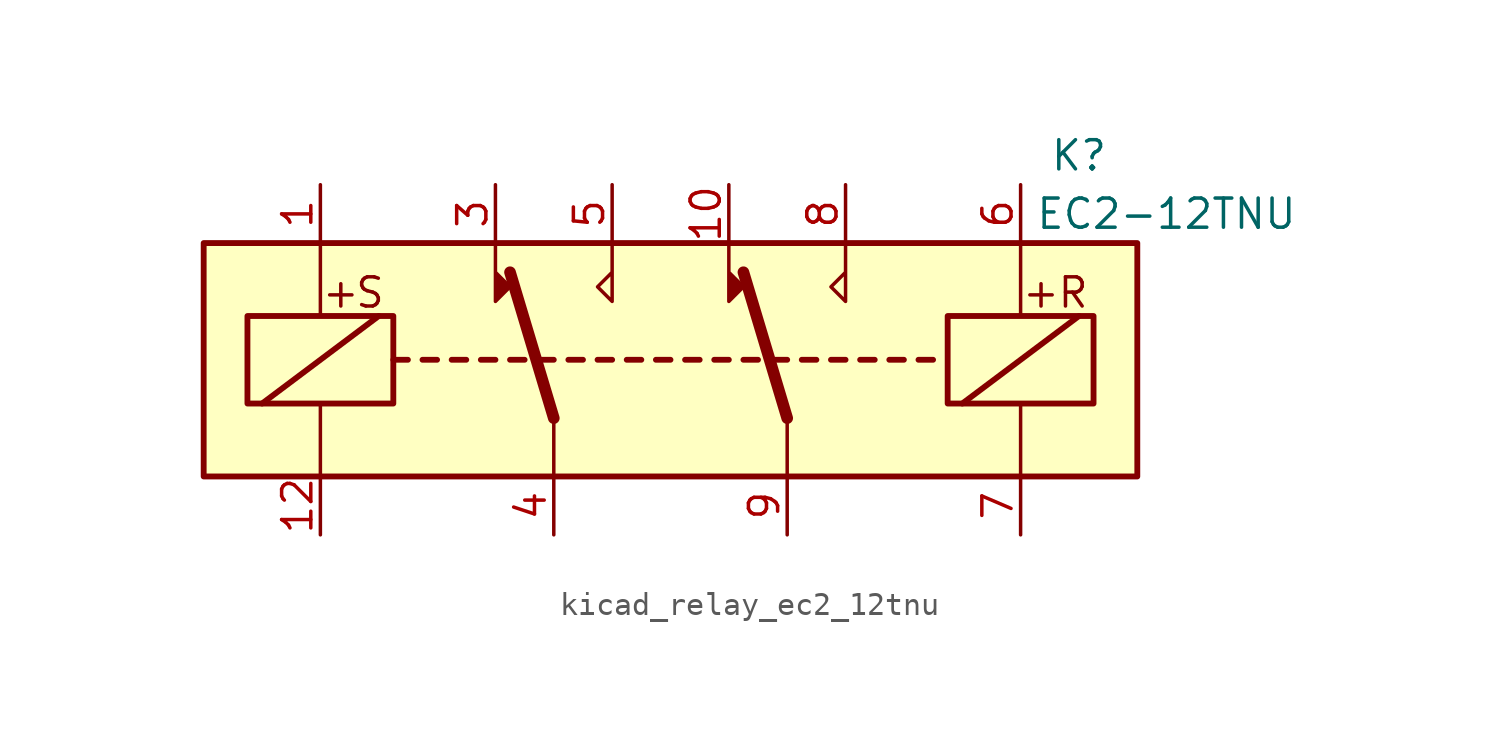
<source format=kicad_sym>
(kicad_symbol_lib
  (version 20220914)
  (generator kicad_symbol_editor)
  (symbol "kicad_relay_ec2_12tnu"
    (property "Reference" "K"
      (at 17.78 8.89 0)
      (effects (font (size 1.27 1.27))))
    (property "Value" "EC2-12TNU"
      (at 21.59 6.35 0)
      (effects (font (size 1.27 1.27))))
    (symbol "kicad_relay_ec2_12tnu_1_1"
      (rectangle (start -20.32 5.08) (end 20.32 -5.08) (stroke (width 0.254) (type default)) (fill (type background)))
      (rectangle (start -18.415 1.905) (end -12.065 -1.905) (stroke (width 0.254) (type default)) (fill (type none)))
      (polyline (pts (xy -17.78 -1.905) (xy -12.7 1.905)) (stroke (width 0.254) (type default)) (fill (type none)))
      (polyline (pts (xy -15.24 -5.08) (xy -15.24 -1.905)) (stroke (width 0) (type default)) (fill (type none)))
      (polyline (pts (xy -15.24 5.08) (xy -15.24 1.905)) (stroke (width 0) (type default)) (fill (type none)))
      (polyline (pts (xy -12.065 0) (xy -11.43 0)) (stroke (width 0.254) (type default)) (fill (type none)))
      (polyline (pts (xy -10.795 0) (xy -10.16 0)) (stroke (width 0.254) (type default)) (fill (type none)))
      (polyline (pts (xy -9.525 0) (xy -8.89 0)) (stroke (width 0.254) (type default)) (fill (type none)))
      (polyline (pts (xy -8.255 0) (xy -7.62 0)) (stroke (width 0.254) (type default)) (fill (type none)))
      (polyline (pts (xy -6.985 0) (xy -6.35 0)) (stroke (width 0.254) (type default)) (fill (type none)))
      (polyline (pts (xy -5.715 0) (xy -5.08 0)) (stroke (width 0.254) (type default)) (fill (type none)))
      (polyline (pts (xy -5.08 -2.54) (xy -6.985 3.81)) (stroke (width 0.508) (type default)) (fill (type none)))
      (polyline (pts (xy -5.08 -2.54) (xy -5.08 -5.08)) (stroke (width 0) (type default)) (fill (type none)))
      (polyline (pts (xy -4.445 0) (xy -3.81 0)) (stroke (width 0.254) (type default)) (fill (type none)))
      (polyline (pts (xy -3.175 0) (xy -2.54 0)) (stroke (width 0.254) (type default)) (fill (type none)))
      (polyline (pts (xy -1.905 0) (xy -1.27 0)) (stroke (width 0.254) (type default)) (fill (type none)))
      (polyline (pts (xy -0.635 0) (xy 0 0)) (stroke (width 0.254) (type default)) (fill (type none)))
      (polyline (pts (xy 0.635 0) (xy 1.27 0)) (stroke (width 0.254) (type default)) (fill (type none)))
      (polyline (pts (xy 1.905 0) (xy 2.54 0)) (stroke (width 0.254) (type default)) (fill (type none)))
      (polyline (pts (xy 3.175 0) (xy 3.81 0)) (stroke (width 0.254) (type default)) (fill (type none)))
      (polyline (pts (xy 4.445 0) (xy 5.08 0)) (stroke (width 0.254) (type default)) (fill (type none)))
      (polyline (pts (xy 5.08 -2.54) (xy 3.175 3.81)) (stroke (width 0.508) (type default)) (fill (type none)))
      (polyline (pts (xy 5.08 -2.54) (xy 5.08 -5.08)) (stroke (width 0) (type default)) (fill (type none)))
      (polyline (pts (xy 5.715 0) (xy 6.35 0)) (stroke (width 0.254) (type default)) (fill (type none)))
      (polyline (pts (xy 6.985 0) (xy 7.62 0)) (stroke (width 0.254) (type default)) (fill (type none)))
      (polyline (pts (xy 8.255 0) (xy 8.89 0)) (stroke (width 0.254) (type default)) (fill (type none)))
      (polyline (pts (xy 9.525 0) (xy 10.16 0)) (stroke (width 0.254) (type default)) (fill (type none)))
      (polyline (pts (xy 10.795 0) (xy 11.43 0)) (stroke (width 0.254) (type default)) (fill (type none)))
      (polyline (pts (xy 12.7 -1.905) (xy 17.78 1.905)) (stroke (width 0.254) (type default)) (fill (type none)))
      (polyline (pts (xy 15.24 -5.08) (xy 15.24 -1.905)) (stroke (width 0) (type default)) (fill (type none)))
      (polyline (pts (xy 15.24 5.08) (xy 15.24 1.905)) (stroke (width 0) (type default)) (fill (type none)))
      (polyline (pts (xy -7.62 5.08) (xy -7.62 2.54) (xy -6.985 3.175) (xy -7.62 3.81)) (stroke (width 0) (type default)) (fill (type outline)))
      (polyline (pts (xy -2.54 5.08) (xy -2.54 2.54) (xy -3.175 3.175) (xy -2.54 3.81)) (stroke (width 0) (type default)) (fill (type none)))
      (polyline (pts (xy 2.54 5.08) (xy 2.54 2.54) (xy 3.175 3.175) (xy 2.54 3.81)) (stroke (width 0) (type default)) (fill (type outline)))
      (polyline (pts (xy 7.62 5.08) (xy 7.62 2.54) (xy 6.985 3.175) (xy 7.62 3.81)) (stroke (width 0) (type default)) (fill (type none)))
      (rectangle (start 12.065 1.905) (end 18.415 -1.905) (stroke (width 0.254) (type default)) (fill (type none)))
      (text "+" (at -14.351 2.921 0) (effects (font (size 1.27 1.27))))
      (text "+" (at 16.129 2.921 0) (effects (font (size 1.27 1.27))))
      (text "R" (at 17.526 2.921 0) (effects (font (size 1.27 1.27))))
      (text "S" (at -13.081 2.921 0) (effects (font (size 1.27 1.27))))
      (pin passive line (at -15.24 7.62 270) (length 2.54) (name "~" (effects (font (size 1.27 1.27)))) (number "1" (effects (font (size 1.27 1.27)))))
      (pin passive line (at 2.54 7.62 270) (length 2.54) (name "~" (effects (font (size 1.27 1.27)))) (number "10" (effects (font (size 1.27 1.27)))))
      (pin passive line (at -15.24 -7.62 90) (length 2.54) (name "~" (effects (font (size 1.27 1.27)))) (number "12" (effects (font (size 1.27 1.27)))))
      (pin passive line (at -7.62 7.62 270) (length 2.54) (name "~" (effects (font (size 1.27 1.27)))) (number "3" (effects (font (size 1.27 1.27)))))
      (pin passive line (at -5.08 -7.62 90) (length 2.54) (name "~" (effects (font (size 1.27 1.27)))) (number "4" (effects (font (size 1.27 1.27)))))
      (pin passive line (at -2.54 7.62 270) (length 2.54) (name "~" (effects (font (size 1.27 1.27)))) (number "5" (effects (font (size 1.27 1.27)))))
      (pin passive line (at 15.24 7.62 270) (length 2.54) (name "~" (effects (font (size 1.27 1.27)))) (number "6" (effects (font (size 1.27 1.27)))))
      (pin passive line (at 15.24 -7.62 90) (length 2.54) (name "~" (effects (font (size 1.27 1.27)))) (number "7" (effects (font (size 1.27 1.27)))))
      (pin passive line (at 7.62 7.62 270) (length 2.54) (name "~" (effects (font (size 1.27 1.27)))) (number "8" (effects (font (size 1.27 1.27)))))
      (pin passive line (at 5.08 -7.62 90) (length 2.54) (name "~" (effects (font (size 1.27 1.27)))) (number "9" (effects (font (size 1.27 1.27))))))))
</source>
